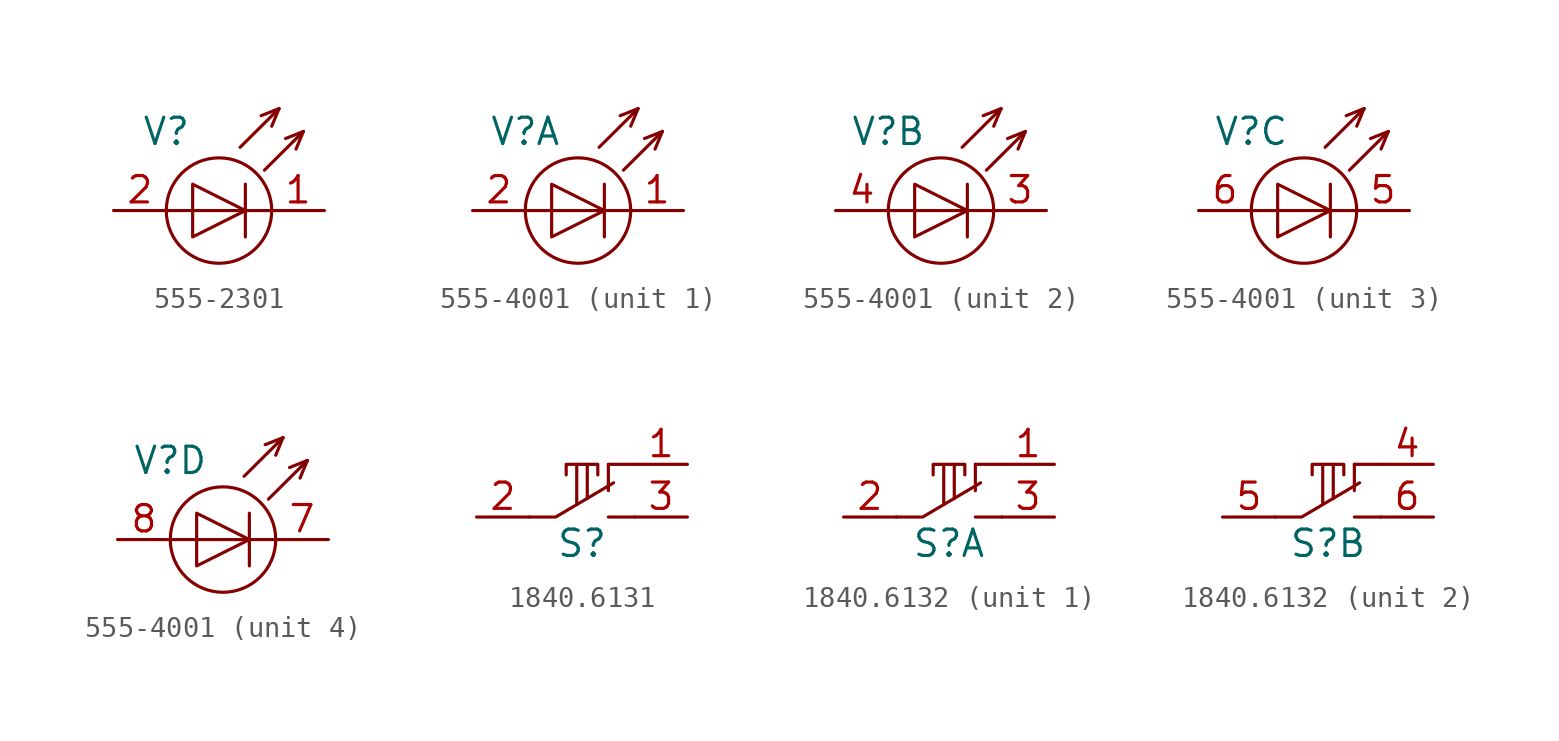
<source format=kicad_sym>
(kicad_symbol_lib
  (version 20241209)
  (generator "kicad_symbol_editor")
  (generator_version "9.0")
  (symbol "555-2301"
    (property "Reference" "V"
      (at -2.54 -1.27 0)
      (do_not_autoplace)
      (effects (font (size 1.27 1.27))))
    (property "Value" ""
      (at 0 0 0)
      (effects (font (size 1.27 1.27))))
    (symbol "555-2301_0_1"
      (polyline (pts (xy -2.54 -5.08) (xy 2.54 -5.08)) (stroke (width 0) (type default)) (fill (type none)))
      (polyline (pts (xy -1.27 -3.81) (xy -1.27 -6.35) (xy 1.27 -5.08) (xy -1.27 -3.81)) (stroke (width 0) (type default)) (fill (type none)))
      (circle (center 0 -5.08) (radius 2.54) (stroke (width 0) (type default)) (fill (type none)))
      (polyline (pts (xy 1.27 -3.81) (xy 1.27 -6.35)) (stroke (width 0) (type default)) (fill (type none)))
      (polyline (pts (xy 2.892 -0.169) (xy 1.016 -2.032)) (stroke (width 0) (type default)) (fill (type none)))
      (polyline (pts (xy 2.892 -0.169) (xy 2.032 -0.508)) (stroke (width 0) (type default)) (fill (type none)))
      (polyline (pts (xy 2.892 -0.169) (xy 2.54 -1.016)) (stroke (width 0) (type default)) (fill (type none)))
      (polyline (pts (xy 4.064 -1.27) (xy 2.188 -3.134)) (stroke (width 0) (type default)) (fill (type none)))
      (polyline (pts (xy 4.064 -1.27) (xy 3.204 -1.609)) (stroke (width 0) (type default)) (fill (type none)))
      (polyline (pts (xy 4.064 -1.27) (xy 3.712 -2.118)) (stroke (width 0) (type default)) (fill (type none))))
    (symbol "555-2301_1_0"
      (pin passive line (at -5.08 -5.08 0) (length 2.54) (name "" (effects (font (size 1.27 1.27)))) (number "2" (effects (font (size 1.27 1.27)))))
      (pin passive line (at 5.08 -5.08 180) (length 2.54) (name "" (effects (font (size 1.27 1.27)))) (number "1" (effects (font (size 1.27 1.27)))))))
  (symbol "555-4001"
    (property "Reference" "V"
      (at -2.54 -1.27 0)
      (do_not_autoplace)
      (effects (font (size 1.27 1.27))))
    (property "Value" ""
      (at 0 0 0)
      (effects (font (size 1.27 1.27))))
    (symbol "555-4001_0_1"
      (polyline (pts (xy -2.54 -5.08) (xy 2.54 -5.08)) (stroke (width 0) (type default)) (fill (type none)))
      (polyline (pts (xy -1.27 -3.81) (xy -1.27 -6.35) (xy 1.27 -5.08) (xy -1.27 -3.81)) (stroke (width 0) (type default)) (fill (type none)))
      (circle (center 0 -5.08) (radius 2.54) (stroke (width 0) (type default)) (fill (type none)))
      (polyline (pts (xy 1.27 -3.81) (xy 1.27 -6.35)) (stroke (width 0) (type default)) (fill (type none)))
      (polyline (pts (xy 2.892 -0.169) (xy 1.016 -2.032)) (stroke (width 0) (type default)) (fill (type none)))
      (polyline (pts (xy 2.892 -0.169) (xy 2.032 -0.508)) (stroke (width 0) (type default)) (fill (type none)))
      (polyline (pts (xy 2.892 -0.169) (xy 2.54 -1.016)) (stroke (width 0) (type default)) (fill (type none)))
      (polyline (pts (xy 4.064 -1.27) (xy 2.188 -3.134)) (stroke (width 0) (type default)) (fill (type none)))
      (polyline (pts (xy 4.064 -1.27) (xy 3.204 -1.609)) (stroke (width 0) (type default)) (fill (type none)))
      (polyline (pts (xy 4.064 -1.27) (xy 3.712 -2.118)) (stroke (width 0) (type default)) (fill (type none))))
    (symbol "555-4001_1_0"
      (pin passive line (at -5.08 -5.08 0) (length 2.54) (name "" (effects (font (size 1.27 1.27)))) (number "2" (effects (font (size 1.27 1.27)))))
      (pin passive line (at 5.08 -5.08 180) (length 2.54) (name "" (effects (font (size 1.27 1.27)))) (number "1" (effects (font (size 1.27 1.27))))))
    (symbol "555-4001_2_0"
      (pin passive line (at -5.08 -5.08 0) (length 2.54) (name "" (effects (font (size 1.27 1.27)))) (number "4" (effects (font (size 1.27 1.27)))))
      (pin passive line (at 5.08 -5.08 180) (length 2.54) (name "" (effects (font (size 1.27 1.27)))) (number "3" (effects (font (size 1.27 1.27))))))
    (symbol "555-4001_3_0"
      (pin passive line (at -5.08 -5.08 0) (length 2.54) (name "" (effects (font (size 1.27 1.27)))) (number "6" (effects (font (size 1.27 1.27)))))
      (pin passive line (at 5.08 -5.08 180) (length 2.54) (name "" (effects (font (size 1.27 1.27)))) (number "5" (effects (font (size 1.27 1.27))))))
    (symbol "555-4001_4_0"
      (pin passive line (at -5.08 -5.08 0) (length 2.54) (name "" (effects (font (size 1.27 1.27)))) (number "8" (effects (font (size 1.27 1.27)))))
      (pin passive line (at 5.08 -5.08 180) (length 2.54) (name "" (effects (font (size 1.27 1.27)))) (number "7" (effects (font (size 1.27 1.27)))))))
  (symbol "1840.6131"
    (property "Reference" "S"
      (at 0 -1.27 0)
      (effects (font (size 1.27 1.27))))
    (property "Value" ""
      (at 0 0 0)
      (effects (font (size 1.27 1.27))))
    (symbol "1840.6131_0_0"
      (pin passive line (at -5.08 0 0) (length 2.54) (name "" (effects (font (size 1.27 1.27)))) (number "2" (effects (font (size 1.27 1.27)))))
      (pin passive line (at 5.08 2.54 180) (length 2.54) (name "" (effects (font (size 1.27 1.27)))) (number "1" (effects (font (size 1.27 1.27)))))
      (pin passive line (at 5.08 0 180) (length 2.54) (name "" (effects (font (size 1.27 1.27)))) (number "3" (effects (font (size 1.27 1.27))))))
    (symbol "1840.6131_0_1"
      (polyline (pts (xy -2.54 0) (xy -1.27 0) (xy 1.524 1.651)) (stroke (width 0) (type default)) (fill (type none)))
      (polyline (pts (xy -0.762 2.032) (xy -0.762 2.54) (xy 0.762 2.54) (xy 0.762 2.032)) (stroke (width 0) (type default)) (fill (type none)))
      (polyline (pts (xy -0.254 2.54) (xy -0.254 0.635)) (stroke (width 0) (type default)) (fill (type none)))
      (polyline (pts (xy 0.254 2.54) (xy 0.254 0.889)) (stroke (width 0) (type default)) (fill (type none)))
      (polyline (pts (xy 1.27 2.54) (xy 1.27 1.27)) (stroke (width 0) (type default)) (fill (type none)))
      (polyline (pts (xy 2.54 2.54) (xy 1.27 2.54)) (stroke (width 0) (type default)) (fill (type none)))
      (polyline (pts (xy 2.54 0) (xy 1.27 0)) (stroke (width 0) (type default)) (fill (type none)))))
  (symbol "1840.6132"
    (property "Reference" "S"
      (at 0 -1.27 0)
      (effects (font (size 1.27 1.27))))
    (property "Value" ""
      (at 0 0 0)
      (effects (font (size 1.27 1.27))))
    (symbol "1840.6132_0_1"
      (polyline (pts (xy -2.54 0) (xy -1.27 0) (xy 1.524 1.651)) (stroke (width 0) (type default)) (fill (type none)))
      (polyline (pts (xy -0.762 2.032) (xy -0.762 2.54) (xy 0.762 2.54) (xy 0.762 2.032)) (stroke (width 0) (type default)) (fill (type none)))
      (polyline (pts (xy -0.254 2.54) (xy -0.254 0.635)) (stroke (width 0) (type default)) (fill (type none)))
      (polyline (pts (xy 0.254 2.54) (xy 0.254 0.889)) (stroke (width 0) (type default)) (fill (type none)))
      (polyline (pts (xy 1.27 2.54) (xy 1.27 1.27)) (stroke (width 0) (type default)) (fill (type none)))
      (polyline (pts (xy 2.54 2.54) (xy 1.27 2.54)) (stroke (width 0) (type default)) (fill (type none)))
      (polyline (pts (xy 2.54 0) (xy 1.27 0)) (stroke (width 0) (type default)) (fill (type none))))
    (symbol "1840.6132_1_0"
      (pin passive line (at -5.08 0 0) (length 2.54) (name "" (effects (font (size 1.27 1.27)))) (number "2" (effects (font (size 1.27 1.27)))))
      (pin passive line (at 5.08 2.54 180) (length 2.54) (name "" (effects (font (size 1.27 1.27)))) (number "1" (effects (font (size 1.27 1.27)))))
      (pin passive line (at 5.08 0 180) (length 2.54) (name "" (effects (font (size 1.27 1.27)))) (number "3" (effects (font (size 1.27 1.27))))))
    (symbol "1840.6132_2_0"
      (pin passive line (at -5.08 0 0) (length 2.54) (name "" (effects (font (size 1.27 1.27)))) (number "5" (effects (font (size 1.27 1.27)))))
      (pin passive line (at 5.08 2.54 180) (length 2.54) (name "" (effects (font (size 1.27 1.27)))) (number "4" (effects (font (size 1.27 1.27)))))
      (pin passive line (at 5.08 0 180) (length 2.54) (name "" (effects (font (size 1.27 1.27)))) (number "6" (effects (font (size 1.27 1.27))))))))
</source>
